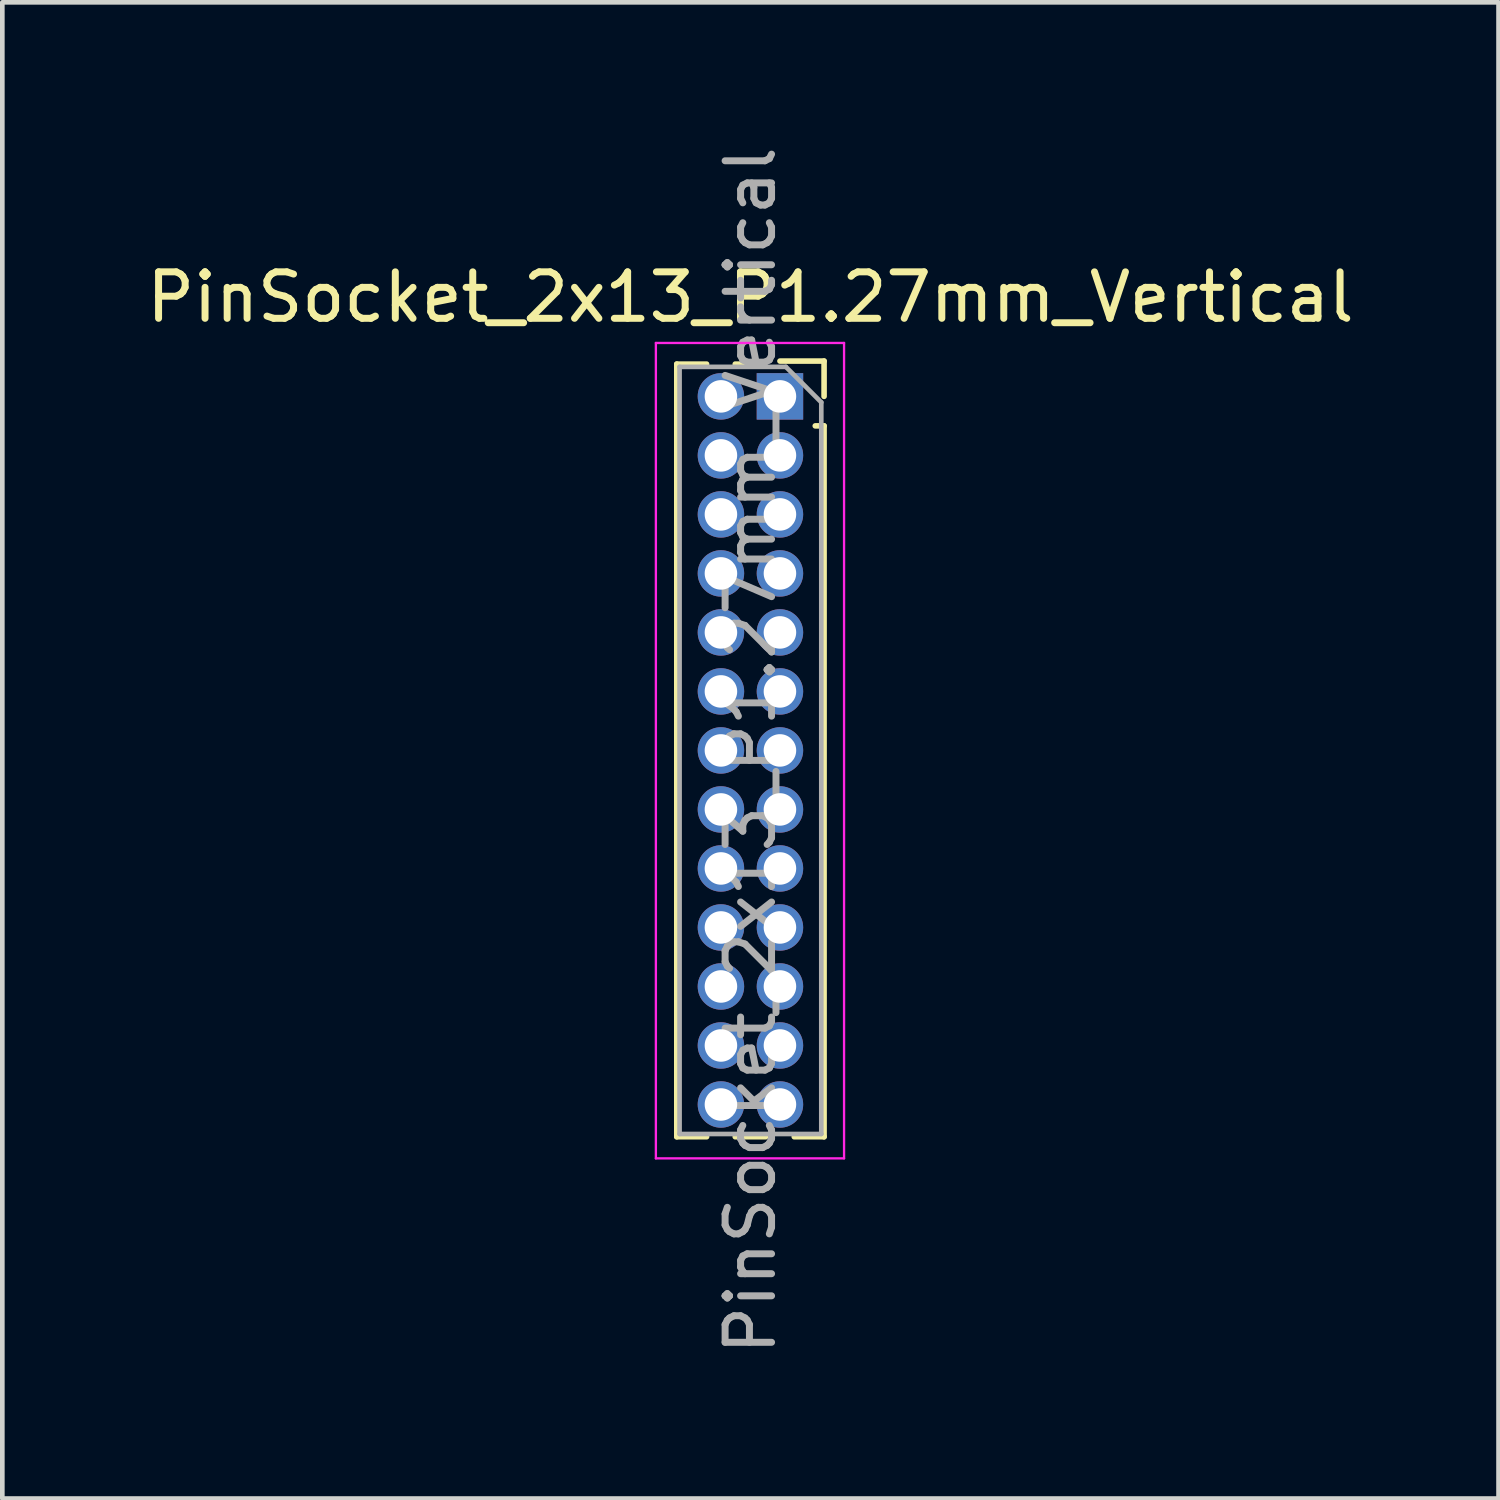
<source format=kicad_pcb>
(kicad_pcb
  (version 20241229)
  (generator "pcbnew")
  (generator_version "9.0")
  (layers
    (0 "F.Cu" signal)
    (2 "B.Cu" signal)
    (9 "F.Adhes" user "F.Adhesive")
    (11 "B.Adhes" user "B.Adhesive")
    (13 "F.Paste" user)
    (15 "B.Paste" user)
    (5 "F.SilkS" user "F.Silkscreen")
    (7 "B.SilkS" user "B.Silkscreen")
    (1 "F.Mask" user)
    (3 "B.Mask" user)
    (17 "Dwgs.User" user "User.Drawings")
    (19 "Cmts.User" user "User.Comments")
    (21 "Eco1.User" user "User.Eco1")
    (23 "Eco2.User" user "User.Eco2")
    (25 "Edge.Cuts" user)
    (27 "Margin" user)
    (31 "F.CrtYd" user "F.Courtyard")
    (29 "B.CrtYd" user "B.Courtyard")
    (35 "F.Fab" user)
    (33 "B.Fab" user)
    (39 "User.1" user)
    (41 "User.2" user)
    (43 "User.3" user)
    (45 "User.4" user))
  (footprint "PinSocket_2x13_P1.27mm_Vertical"
    (layer "F.Cu")
    (at 13.736 5.481)
    (property "Reference" "PinSocket_2x13_P1.27mm_Vertical" (at -0.635 -2.135 0) (layer "F.SilkS") (effects (font (size 1 1) (thickness 0.15))))
    (attr through_hole)
    (fp_line (start -2.22 -0.695) (end -2.22 15.935) (stroke (width 0.12) (type solid)) (layer "F.SilkS"))
    (fp_line (start -2.22 -0.695) (end -1.578 -0.695) (stroke (width 0.12) (type solid)) (layer "F.SilkS"))
    (fp_line (start -2.22 15.935) (end -1.578 15.935) (stroke (width 0.12) (type solid)) (layer "F.SilkS"))
    (fp_line (start -0.962 -0.695) (end -0.76 -0.695) (stroke (width 0.12) (type solid)) (layer "F.SilkS"))
    (fp_line (start -0.962 15.935) (end -0.308 15.935) (stroke (width 0.12) (type solid)) (layer "F.SilkS"))
    (fp_line (start 0 -0.76) (end 0.95 -0.76) (stroke (width 0.12) (type solid)) (layer "F.SilkS"))
    (fp_line (start 0.308 15.935) (end 0.95 15.935) (stroke (width 0.12) (type solid)) (layer "F.SilkS"))
    (fp_line (start 0.76 0.635) (end 0.95 0.635) (stroke (width 0.12) (type solid)) (layer "F.SilkS"))
    (fp_line (start 0.95 -0.76) (end 0.95 0) (stroke (width 0.12) (type solid)) (layer "F.SilkS"))
    (fp_line (start 0.95 0.635) (end 0.95 15.935) (stroke (width 0.12) (type solid)) (layer "F.SilkS"))
    (fp_line (start -2.67 -1.15) (end 1.38 -1.15) (stroke (width 0.05) (type solid)) (layer "F.CrtYd"))
    (fp_line (start -2.67 16.4) (end -2.67 -1.15) (stroke (width 0.05) (type solid)) (layer "F.CrtYd"))
    (fp_line (start 1.38 -1.15) (end 1.38 16.4) (stroke (width 0.05) (type solid)) (layer "F.CrtYd"))
    (fp_line (start 1.38 16.4) (end -2.67 16.4) (stroke (width 0.05) (type solid)) (layer "F.CrtYd"))
    (fp_line (start -2.16 -0.635) (end 0.128 -0.635) (stroke (width 0.1) (type solid)) (layer "F.Fab"))
    (fp_line (start -2.16 15.875) (end -2.16 -0.635) (stroke (width 0.1) (type solid)) (layer "F.Fab"))
    (fp_line (start 0.128 -0.635) (end 0.89 0.128) (stroke (width 0.1) (type solid)) (layer "F.Fab"))
    (fp_line (start 0.89 0.128) (end 0.89 15.875) (stroke (width 0.1) (type solid)) (layer "F.Fab"))
    (fp_line (start 0.89 15.875) (end -2.16 15.875) (stroke (width 0.1) (type solid)) (layer "F.Fab"))
    (fp_text user "${REFERENCE}" (at -0.635 7.62 90) (layer "F.Fab") (effects (font (size 1 1) (thickness 0.15))))
    (pad "1" thru_hole rect (at 0 0) (size 1 1) (drill 0.7) (layers "*.Cu" "*.Mask"))
    (pad "2" thru_hole oval (at -1.27 0) (size 1 1) (drill 0.7) (layers "*.Cu" "*.Mask"))
    (pad "3" thru_hole oval (at 0 1.27) (size 1 1) (drill 0.7) (layers "*.Cu" "*.Mask"))
    (pad "4" thru_hole oval (at -1.27 1.27) (size 1 1) (drill 0.7) (layers "*.Cu" "*.Mask"))
    (pad "5" thru_hole oval (at 0 2.54) (size 1 1) (drill 0.7) (layers "*.Cu" "*.Mask"))
    (pad "6" thru_hole oval (at -1.27 2.54) (size 1 1) (drill 0.7) (layers "*.Cu" "*.Mask"))
    (pad "7" thru_hole oval (at 0 3.81) (size 1 1) (drill 0.7) (layers "*.Cu" "*.Mask"))
    (pad "8" thru_hole oval (at -1.27 3.81) (size 1 1) (drill 0.7) (layers "*.Cu" "*.Mask"))
    (pad "9" thru_hole oval (at 0 5.08) (size 1 1) (drill 0.7) (layers "*.Cu" "*.Mask"))
    (pad "10" thru_hole oval (at -1.27 5.08) (size 1 1) (drill 0.7) (layers "*.Cu" "*.Mask"))
    (pad "11" thru_hole oval (at 0 6.35) (size 1 1) (drill 0.7) (layers "*.Cu" "*.Mask"))
    (pad "12" thru_hole oval (at -1.27 6.35) (size 1 1) (drill 0.7) (layers "*.Cu" "*.Mask"))
    (pad "13" thru_hole oval (at 0 7.62) (size 1 1) (drill 0.7) (layers "*.Cu" "*.Mask"))
    (pad "14" thru_hole oval (at -1.27 7.62) (size 1 1) (drill 0.7) (layers "*.Cu" "*.Mask"))
    (pad "15" thru_hole oval (at 0 8.89) (size 1 1) (drill 0.7) (layers "*.Cu" "*.Mask"))
    (pad "16" thru_hole oval (at -1.27 8.89) (size 1 1) (drill 0.7) (layers "*.Cu" "*.Mask"))
    (pad "17" thru_hole oval (at 0 10.16) (size 1 1) (drill 0.7) (layers "*.Cu" "*.Mask"))
    (pad "18" thru_hole oval (at -1.27 10.16) (size 1 1) (drill 0.7) (layers "*.Cu" "*.Mask"))
    (pad "19" thru_hole oval (at 0 11.43) (size 1 1) (drill 0.7) (layers "*.Cu" "*.Mask"))
    (pad "20" thru_hole oval (at -1.27 11.43) (size 1 1) (drill 0.7) (layers "*.Cu" "*.Mask"))
    (pad "21" thru_hole oval (at 0 12.7) (size 1 1) (drill 0.7) (layers "*.Cu" "*.Mask"))
    (pad "22" thru_hole oval (at -1.27 12.7) (size 1 1) (drill 0.7) (layers "*.Cu" "*.Mask"))
    (pad "23" thru_hole oval (at 0 13.97) (size 1 1) (drill 0.7) (layers "*.Cu" "*.Mask"))
    (pad "24" thru_hole oval (at -1.27 13.97) (size 1 1) (drill 0.7) (layers "*.Cu" "*.Mask"))
    (pad "25" thru_hole oval (at 0 15.24) (size 1 1) (drill 0.7) (layers "*.Cu" "*.Mask"))
    (pad "26" thru_hole oval (at -1.27 15.24) (size 1 1) (drill 0.7) (layers "*.Cu" "*.Mask")))
  (gr_rect
    (start -3 -3)
    (end 29.202 29.202)
    (stroke (width 0.1) (type default))
    (fill no)
    (layer "Edge.Cuts")))
</source>
